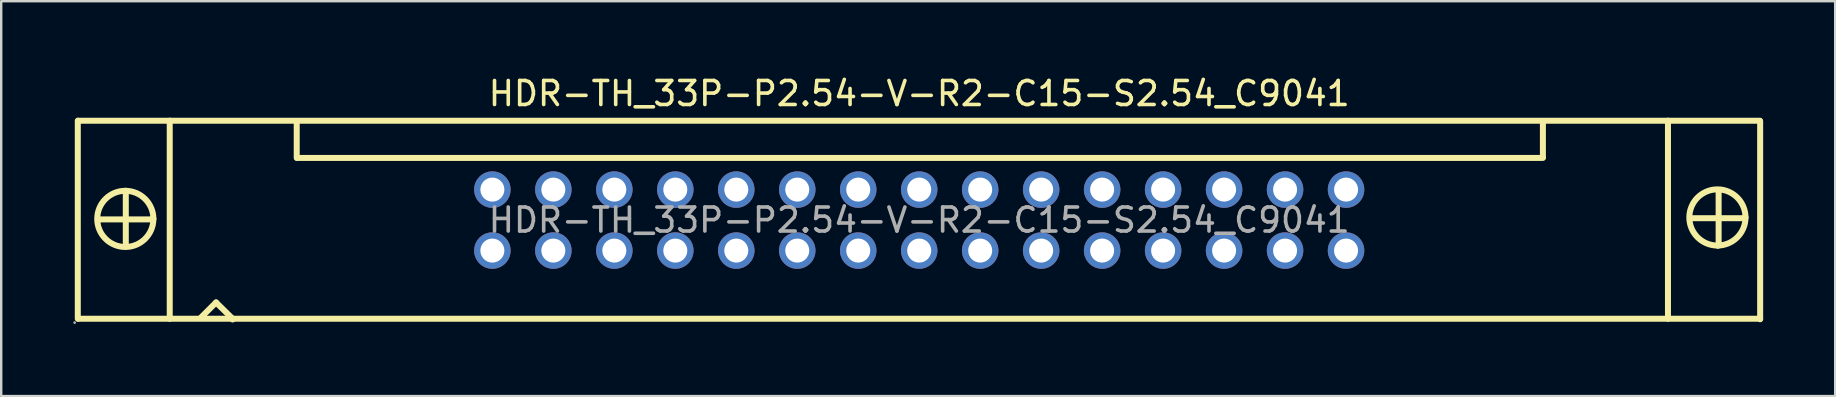
<source format=kicad_pcb>
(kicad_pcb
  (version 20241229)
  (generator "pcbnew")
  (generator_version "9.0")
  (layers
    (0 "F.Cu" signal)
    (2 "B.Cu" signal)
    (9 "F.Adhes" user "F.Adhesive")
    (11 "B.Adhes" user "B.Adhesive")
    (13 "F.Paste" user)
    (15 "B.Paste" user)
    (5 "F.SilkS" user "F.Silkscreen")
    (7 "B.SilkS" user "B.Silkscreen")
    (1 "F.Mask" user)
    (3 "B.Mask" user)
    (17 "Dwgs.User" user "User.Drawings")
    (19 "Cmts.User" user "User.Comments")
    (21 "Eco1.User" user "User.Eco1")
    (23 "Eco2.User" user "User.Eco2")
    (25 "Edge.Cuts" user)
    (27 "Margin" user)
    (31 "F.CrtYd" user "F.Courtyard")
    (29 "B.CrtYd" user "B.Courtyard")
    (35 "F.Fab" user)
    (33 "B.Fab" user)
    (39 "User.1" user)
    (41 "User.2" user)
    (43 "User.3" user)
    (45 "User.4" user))
  (footprint "HDR-TH_33P-P2.54-V-R2-C15-S2.54_C9041"
    (layer "F.Cu")
    (at 35.24 6.118)
    (property "Reference" "HDR-TH_33P-P2.54-V-R2-C15-S2.54_C9041" (at 0 -5.27 0) (layer "F.SilkS") (effects (font (size 1 1) (thickness 0.15))))
    (attr through_hole)
    (fp_line (start -35.05 -4.14) (end -35.05 4.11) (stroke (width 0.25) (type solid)) (layer "F.SilkS"))
    (fp_line (start -35.03 -4.14) (end 35.02 -4.14) (stroke (width 0.25) (type solid)) (layer "F.SilkS"))
    (fp_line (start -35.02 4.11) (end 35.03 4.11) (stroke (width 0.25) (type solid)) (layer "F.SilkS"))
    (fp_line (start -34.21 -0.03) (end -31.98 -0.03) (stroke (width 0.25) (type solid)) (layer "F.SilkS"))
    (fp_line (start -34.21 0.03) (end -34.21 -0.03) (stroke (width 0.25) (type solid)) (layer "F.SilkS"))
    (fp_line (start -33.05 -1.22) (end -33.05 1.07) (stroke (width 0.25) (type solid)) (layer "F.SilkS"))
    (fp_line (start -33.05 1.07) (end -33.07 1.09) (stroke (width 0.25) (type solid)) (layer "F.SilkS"))
    (fp_line (start -31.98 -0.03) (end -31.9 -0.05) (stroke (width 0.25) (type solid)) (layer "F.SilkS"))
    (fp_line (start -31.22 -4.14) (end -31.22 4.11) (stroke (width 0.25) (type solid)) (layer "F.SilkS"))
    (fp_line (start -29.92 4.06) (end -29.29 3.43) (stroke (width 0.25) (type solid)) (layer "F.SilkS"))
    (fp_line (start -29.29 3.43) (end -28.6 4.11) (stroke (width 0.25) (type solid)) (layer "F.SilkS"))
    (fp_line (start -28.6 4.11) (end -28.6 4.14) (stroke (width 0.25) (type solid)) (layer "F.SilkS"))
    (fp_line (start -25.93 -2.59) (end -25.93 -4.09) (stroke (width 0.25) (type solid)) (layer "F.SilkS"))
    (fp_line (start -25.91 -2.59) (end 25.98 -2.59) (stroke (width 0.25) (type solid)) (layer "F.SilkS"))
    (fp_line (start 25.98 -2.62) (end 25.98 -4.11) (stroke (width 0.25) (type solid)) (layer "F.SilkS"))
    (fp_line (start 31.19 -4.14) (end 31.19 4.11) (stroke (width 0.25) (type solid)) (layer "F.SilkS"))
    (fp_line (start 32.11 -0.08) (end 34.34 -0.08) (stroke (width 0.25) (type solid)) (layer "F.SilkS"))
    (fp_line (start 32.11 -0.03) (end 32.11 -0.08) (stroke (width 0.25) (type solid)) (layer "F.SilkS"))
    (fp_line (start 33.3 -1.24) (end 33.3 1.04) (stroke (width 0.25) (type solid)) (layer "F.SilkS"))
    (fp_line (start 33.3 1.04) (end 33.27 1.07) (stroke (width 0.25) (type solid)) (layer "F.SilkS"))
    (fp_line (start 34.34 -0.08) (end 34.42 -0.11) (stroke (width 0.25) (type solid)) (layer "F.SilkS"))
    (fp_line (start 35.03 -4.12) (end 35.03 4.13) (stroke (width 0.25) (type solid)) (layer "F.SilkS"))
    (fp_circle (center -33.07 -0.05) (end -31.9 -0.05) (stroke (width 0.25) (type solid)) (fill no) (layer "F.SilkS"))
    (fp_circle (center 33.25 -0.11) (end 34.42 -0.11) (stroke (width 0.25) (type solid)) (fill no) (layer "F.SilkS"))
    (fp_circle (center -35.18 4.27) (end -35.15 4.27) (stroke (width 0.06) (type solid)) (fill no) (layer "F.Fab"))
    (fp_circle (center -17.78 -1.27) (end -17.58 -1.27) (stroke (width 0.4) (type solid)) (fill no) (layer "F.Fab"))
    (fp_circle (center -17.78 1.27) (end -17.58 1.27) (stroke (width 0.4) (type solid)) (fill no) (layer "F.Fab"))
    (fp_circle (center -15.24 -1.27) (end -15.04 -1.27) (stroke (width 0.4) (type solid)) (fill no) (layer "F.Fab"))
    (fp_circle (center -15.24 1.27) (end -15.04 1.27) (stroke (width 0.4) (type solid)) (fill no) (layer "F.Fab"))
    (fp_circle (center -12.7 -1.27) (end -12.5 -1.27) (stroke (width 0.4) (type solid)) (fill no) (layer "F.Fab"))
    (fp_circle (center -12.7 1.27) (end -12.5 1.27) (stroke (width 0.4) (type solid)) (fill no) (layer "F.Fab"))
    (fp_circle (center -10.16 -1.27) (end -9.96 -1.27) (stroke (width 0.4) (type solid)) (fill no) (layer "F.Fab"))
    (fp_circle (center -10.16 1.27) (end -9.96 1.27) (stroke (width 0.4) (type solid)) (fill no) (layer "F.Fab"))
    (fp_circle (center -7.62 -1.27) (end -7.42 -1.27) (stroke (width 0.4) (type solid)) (fill no) (layer "F.Fab"))
    (fp_circle (center -7.62 1.27) (end -7.42 1.27) (stroke (width 0.4) (type solid)) (fill no) (layer "F.Fab"))
    (fp_circle (center -5.08 -1.27) (end -4.88 -1.27) (stroke (width 0.4) (type solid)) (fill no) (layer "F.Fab"))
    (fp_circle (center -5.08 1.27) (end -4.88 1.27) (stroke (width 0.4) (type solid)) (fill no) (layer "F.Fab"))
    (fp_circle (center -2.54 -1.27) (end -2.34 -1.27) (stroke (width 0.4) (type solid)) (fill no) (layer "F.Fab"))
    (fp_circle (center -2.54 1.27) (end -2.34 1.27) (stroke (width 0.4) (type solid)) (fill no) (layer "F.Fab"))
    (fp_circle (center 0 -1.27) (end 0.2 -1.27) (stroke (width 0.4) (type solid)) (fill no) (layer "F.Fab"))
    (fp_circle (center 0 1.27) (end 0.2 1.27) (stroke (width 0.4) (type solid)) (fill no) (layer "F.Fab"))
    (fp_circle (center 2.54 -1.27) (end 2.74 -1.27) (stroke (width 0.4) (type solid)) (fill no) (layer "F.Fab"))
    (fp_circle (center 2.54 1.27) (end 2.74 1.27) (stroke (width 0.4) (type solid)) (fill no) (layer "F.Fab"))
    (fp_circle (center 5.08 -1.27) (end 5.28 -1.27) (stroke (width 0.4) (type solid)) (fill no) (layer "F.Fab"))
    (fp_circle (center 5.08 1.27) (end 5.28 1.27) (stroke (width 0.4) (type solid)) (fill no) (layer "F.Fab"))
    (fp_circle (center 7.62 -1.27) (end 7.82 -1.27) (stroke (width 0.4) (type solid)) (fill no) (layer "F.Fab"))
    (fp_circle (center 7.62 1.27) (end 7.82 1.27) (stroke (width 0.4) (type solid)) (fill no) (layer "F.Fab"))
    (fp_circle (center 10.16 -1.27) (end 10.36 -1.27) (stroke (width 0.4) (type solid)) (fill no) (layer "F.Fab"))
    (fp_circle (center 10.16 1.27) (end 10.36 1.27) (stroke (width 0.4) (type solid)) (fill no) (layer "F.Fab"))
    (fp_circle (center 12.7 -1.27) (end 12.9 -1.27) (stroke (width 0.4) (type solid)) (fill no) (layer "F.Fab"))
    (fp_circle (center 12.7 1.27) (end 12.9 1.27) (stroke (width 0.4) (type solid)) (fill no) (layer "F.Fab"))
    (fp_circle (center 15.24 -1.27) (end 15.44 -1.27) (stroke (width 0.4) (type solid)) (fill no) (layer "F.Fab"))
    (fp_circle (center 15.24 1.27) (end 15.44 1.27) (stroke (width 0.4) (type solid)) (fill no) (layer "F.Fab"))
    (fp_circle (center 17.78 -1.27) (end 17.98 -1.27) (stroke (width 0.4) (type solid)) (fill no) (layer "F.Fab"))
    (fp_circle (center 17.78 1.27) (end 17.98 1.27) (stroke (width 0.4) (type solid)) (fill no) (layer "F.Fab"))
    (fp_text user "${REFERENCE}" (at 0 0 0) (layer "F.Fab") (effects (font (size 1 1) (thickness 0.15))))
    (pad "1" thru_hole circle (at -17.78 1.27) (size 1.52 1.52) (drill 1) (layers "*.Cu" "*.Paste" "*.Mask"))
    (pad "2" thru_hole circle (at -17.78 -1.27) (size 1.52 1.52) (drill 1) (layers "*.Cu" "*.Paste" "*.Mask"))
    (pad "3" thru_hole circle (at -15.24 1.27) (size 1.52 1.52) (drill 1) (layers "*.Cu" "*.Paste" "*.Mask"))
    (pad "4" thru_hole circle (at -15.24 -1.27) (size 1.52 1.52) (drill 1) (layers "*.Cu" "*.Paste" "*.Mask"))
    (pad "5" thru_hole circle (at -12.7 1.27) (size 1.52 1.52) (drill 1) (layers "*.Cu" "*.Paste" "*.Mask"))
    (pad "6" thru_hole circle (at -12.7 -1.27) (size 1.52 1.52) (drill 1) (layers "*.Cu" "*.Paste" "*.Mask"))
    (pad "7" thru_hole circle (at -10.16 1.27) (size 1.52 1.52) (drill 1) (layers "*.Cu" "*.Paste" "*.Mask"))
    (pad "8" thru_hole circle (at -10.16 -1.27) (size 1.52 1.52) (drill 1) (layers "*.Cu" "*.Paste" "*.Mask"))
    (pad "9" thru_hole circle (at -7.62 1.27) (size 1.52 1.52) (drill 1) (layers "*.Cu" "*.Paste" "*.Mask"))
    (pad "10" thru_hole circle (at -7.62 -1.27) (size 1.52 1.52) (drill 1) (layers "*.Cu" "*.Paste" "*.Mask"))
    (pad "11" thru_hole circle (at -5.08 1.27) (size 1.52 1.52) (drill 1) (layers "*.Cu" "*.Paste" "*.Mask"))
    (pad "12" thru_hole circle (at -5.08 -1.27) (size 1.52 1.52) (drill 1) (layers "*.Cu" "*.Paste" "*.Mask"))
    (pad "13" thru_hole circle (at -2.54 1.27) (size 1.52 1.52) (drill 1) (layers "*.Cu" "*.Paste" "*.Mask"))
    (pad "14" thru_hole circle (at -2.54 -1.27) (size 1.52 1.52) (drill 1) (layers "*.Cu" "*.Paste" "*.Mask"))
    (pad "15" thru_hole circle (at 0 1.27) (size 1.52 1.52) (drill 1) (layers "*.Cu" "*.Paste" "*.Mask"))
    (pad "16" thru_hole circle (at 0 -1.27) (size 1.52 1.52) (drill 1) (layers "*.Cu" "*.Paste" "*.Mask"))
    (pad "17" thru_hole circle (at 2.54 1.27) (size 1.52 1.52) (drill 1) (layers "*.Cu" "*.Paste" "*.Mask"))
    (pad "18" thru_hole circle (at 2.54 -1.27) (size 1.52 1.52) (drill 1) (layers "*.Cu" "*.Paste" "*.Mask"))
    (pad "19" thru_hole circle (at 5.08 1.27) (size 1.52 1.52) (drill 1) (layers "*.Cu" "*.Paste" "*.Mask"))
    (pad "20" thru_hole circle (at 5.08 -1.27) (size 1.52 1.52) (drill 1) (layers "*.Cu" "*.Paste" "*.Mask"))
    (pad "21" thru_hole circle (at 7.62 1.27) (size 1.52 1.52) (drill 1) (layers "*.Cu" "*.Paste" "*.Mask"))
    (pad "22" thru_hole circle (at 7.62 -1.27) (size 1.52 1.52) (drill 1) (layers "*.Cu" "*.Paste" "*.Mask"))
    (pad "23" thru_hole circle (at 10.16 1.27) (size 1.52 1.52) (drill 1) (layers "*.Cu" "*.Paste" "*.Mask"))
    (pad "24" thru_hole circle (at 10.16 -1.27) (size 1.52 1.52) (drill 1) (layers "*.Cu" "*.Paste" "*.Mask"))
    (pad "25" thru_hole circle (at 12.7 1.27) (size 1.52 1.52) (drill 1) (layers "*.Cu" "*.Paste" "*.Mask"))
    (pad "26" thru_hole circle (at 12.7 -1.27) (size 1.52 1.52) (drill 1) (layers "*.Cu" "*.Paste" "*.Mask"))
    (pad "27" thru_hole circle (at 15.24 1.27) (size 1.52 1.52) (drill 1) (layers "*.Cu" "*.Paste" "*.Mask"))
    (pad "28" thru_hole circle (at 15.24 -1.27) (size 1.52 1.52) (drill 1) (layers "*.Cu" "*.Paste" "*.Mask"))
    (pad "29" thru_hole circle (at 17.78 1.27) (size 1.52 1.52) (drill 1) (layers "*.Cu" "*.Paste" "*.Mask"))
    (pad "30" thru_hole circle (at 17.78 -1.27) (size 1.52 1.52) (drill 1) (layers "*.Cu" "*.Paste" "*.Mask")))
  (gr_rect
    (start -3 -3)
    (end 73.395 13.448)
    (stroke (width 0.1) (type default))
    (fill no)
    (layer "Edge.Cuts")))
</source>
